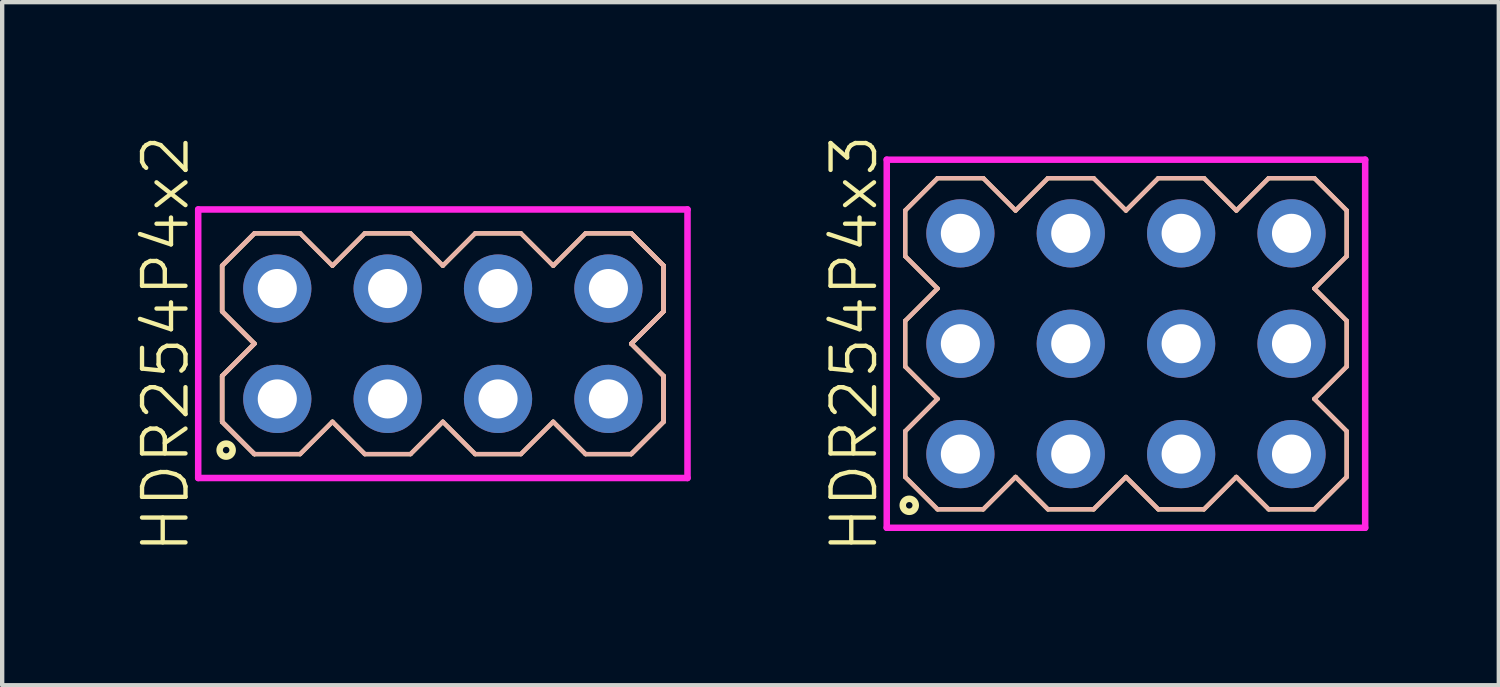
<source format=kicad_pcb>
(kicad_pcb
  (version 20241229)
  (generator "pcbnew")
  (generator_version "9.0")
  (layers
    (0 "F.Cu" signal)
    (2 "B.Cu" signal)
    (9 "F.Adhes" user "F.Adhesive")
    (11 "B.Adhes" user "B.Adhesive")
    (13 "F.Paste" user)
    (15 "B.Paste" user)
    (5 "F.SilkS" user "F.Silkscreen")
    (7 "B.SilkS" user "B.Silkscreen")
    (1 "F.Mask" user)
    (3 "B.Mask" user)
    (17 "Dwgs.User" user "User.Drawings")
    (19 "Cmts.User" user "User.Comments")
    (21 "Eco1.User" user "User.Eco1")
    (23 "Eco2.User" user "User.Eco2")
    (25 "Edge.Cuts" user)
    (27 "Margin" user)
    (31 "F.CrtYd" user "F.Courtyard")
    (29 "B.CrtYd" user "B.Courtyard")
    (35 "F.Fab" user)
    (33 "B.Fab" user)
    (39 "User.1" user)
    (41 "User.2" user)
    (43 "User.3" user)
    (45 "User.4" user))
  (footprint "HDR254P4x3"
    (layer "F.Cu")
    (at 22.861 4.86)
    (property "Reference" "HDR254P4x3" (at -6.255 0 90) (layer "F.SilkS") (effects (font (size 1 1) (thickness 0.1))))
    (attr through_hole)
    (fp_line (start -5.08 -3.066) (end -4.336 -3.81) (stroke (width 0.1) (type solid)) (layer "F.SilkS"))
    (fp_line (start -5.08 -2.014) (end -5.08 -3.066) (stroke (width 0.1) (type solid)) (layer "F.SilkS"))
    (fp_line (start -5.08 -0.526) (end -4.336 -1.27) (stroke (width 0.1) (type solid)) (layer "F.SilkS"))
    (fp_line (start -5.08 0.526) (end -5.08 -0.526) (stroke (width 0.1) (type solid)) (layer "F.SilkS"))
    (fp_line (start -5.08 2.014) (end -4.336 1.27) (stroke (width 0.1) (type solid)) (layer "F.SilkS"))
    (fp_line (start -5.08 3.066) (end -5.08 2.014) (stroke (width 0.1) (type solid)) (layer "F.SilkS"))
    (fp_line (start -4.336 -3.81) (end -3.284 -3.81) (stroke (width 0.1) (type solid)) (layer "F.SilkS"))
    (fp_line (start -4.336 -1.27) (end -5.08 -2.014) (stroke (width 0.1) (type solid)) (layer "F.SilkS"))
    (fp_line (start -4.336 1.27) (end -5.08 0.526) (stroke (width 0.1) (type solid)) (layer "F.SilkS"))
    (fp_line (start -4.336 3.81) (end -5.08 3.066) (stroke (width 0.1) (type solid)) (layer "F.SilkS"))
    (fp_line (start -3.284 -3.81) (end -2.54 -3.066) (stroke (width 0.1) (type solid)) (layer "F.SilkS"))
    (fp_line (start -3.284 3.81) (end -4.336 3.81) (stroke (width 0.1) (type solid)) (layer "F.SilkS"))
    (fp_line (start -2.54 -3.066) (end -1.796 -3.81) (stroke (width 0.1) (type solid)) (layer "F.SilkS"))
    (fp_line (start -2.54 3.066) (end -3.284 3.81) (stroke (width 0.1) (type solid)) (layer "F.SilkS"))
    (fp_line (start -1.796 -3.81) (end -0.744 -3.81) (stroke (width 0.1) (type solid)) (layer "F.SilkS"))
    (fp_line (start -1.796 3.81) (end -2.54 3.066) (stroke (width 0.1) (type solid)) (layer "F.SilkS"))
    (fp_line (start -0.744 -3.81) (end 0 -3.066) (stroke (width 0.1) (type solid)) (layer "F.SilkS"))
    (fp_line (start -0.744 3.81) (end -1.796 3.81) (stroke (width 0.1) (type solid)) (layer "F.SilkS"))
    (fp_line (start 0 -3.066) (end 0.744 -3.81) (stroke (width 0.1) (type solid)) (layer "F.SilkS"))
    (fp_line (start 0 3.066) (end -0.744 3.81) (stroke (width 0.1) (type solid)) (layer "F.SilkS"))
    (fp_line (start 0.744 -3.81) (end 1.796 -3.81) (stroke (width 0.1) (type solid)) (layer "F.SilkS"))
    (fp_line (start 0.744 3.81) (end 0 3.066) (stroke (width 0.1) (type solid)) (layer "F.SilkS"))
    (fp_line (start 1.796 -3.81) (end 2.54 -3.066) (stroke (width 0.1) (type solid)) (layer "F.SilkS"))
    (fp_line (start 1.796 3.81) (end 0.744 3.81) (stroke (width 0.1) (type solid)) (layer "F.SilkS"))
    (fp_line (start 2.54 -3.066) (end 3.284 -3.81) (stroke (width 0.1) (type solid)) (layer "F.SilkS"))
    (fp_line (start 2.54 3.066) (end 1.796 3.81) (stroke (width 0.1) (type solid)) (layer "F.SilkS"))
    (fp_line (start 3.284 -3.81) (end 4.336 -3.81) (stroke (width 0.1) (type solid)) (layer "F.SilkS"))
    (fp_line (start 3.284 3.81) (end 2.54 3.066) (stroke (width 0.1) (type solid)) (layer "F.SilkS"))
    (fp_line (start 4.336 -3.81) (end 5.08 -3.066) (stroke (width 0.1) (type solid)) (layer "F.SilkS"))
    (fp_line (start 4.336 -1.27) (end 5.08 -0.526) (stroke (width 0.1) (type solid)) (layer "F.SilkS"))
    (fp_line (start 4.336 1.27) (end 5.08 2.014) (stroke (width 0.1) (type solid)) (layer "F.SilkS"))
    (fp_line (start 4.336 3.81) (end 3.284 3.81) (stroke (width 0.1) (type solid)) (layer "F.SilkS"))
    (fp_line (start 5.08 -3.066) (end 5.08 -2.014) (stroke (width 0.1) (type solid)) (layer "F.SilkS"))
    (fp_line (start 5.08 -2.014) (end 4.336 -1.27) (stroke (width 0.1) (type solid)) (layer "F.SilkS"))
    (fp_line (start 5.08 -0.526) (end 5.08 0.526) (stroke (width 0.1) (type solid)) (layer "F.SilkS"))
    (fp_line (start 5.08 0.526) (end 4.336 1.27) (stroke (width 0.1) (type solid)) (layer "F.SilkS"))
    (fp_line (start 5.08 2.014) (end 5.08 3.066) (stroke (width 0.1) (type solid)) (layer "F.SilkS"))
    (fp_line (start 5.08 3.066) (end 4.336 3.81) (stroke (width 0.1) (type solid)) (layer "F.SilkS"))
    (fp_circle (center -4.987 3.718) (end -4.837 3.718) (stroke (width 0.15) (type solid)) (fill no) (layer "F.SilkS"))
    (fp_line (start -5.08 -3.066) (end -4.336 -3.81) (stroke (width 0.1) (type solid)) (layer "B.SilkS"))
    (fp_line (start -5.08 -2.014) (end -5.08 -3.066) (stroke (width 0.1) (type solid)) (layer "B.SilkS"))
    (fp_line (start -5.08 -0.526) (end -4.336 -1.27) (stroke (width 0.1) (type solid)) (layer "B.SilkS"))
    (fp_line (start -5.08 0.526) (end -5.08 -0.526) (stroke (width 0.1) (type solid)) (layer "B.SilkS"))
    (fp_line (start -5.08 2.014) (end -4.336 1.27) (stroke (width 0.1) (type solid)) (layer "B.SilkS"))
    (fp_line (start -5.08 3.066) (end -5.08 2.014) (stroke (width 0.1) (type solid)) (layer "B.SilkS"))
    (fp_line (start -4.336 -3.81) (end -3.284 -3.81) (stroke (width 0.1) (type solid)) (layer "B.SilkS"))
    (fp_line (start -4.336 -1.27) (end -5.08 -2.014) (stroke (width 0.1) (type solid)) (layer "B.SilkS"))
    (fp_line (start -4.336 1.27) (end -5.08 0.526) (stroke (width 0.1) (type solid)) (layer "B.SilkS"))
    (fp_line (start -4.336 3.81) (end -5.08 3.066) (stroke (width 0.1) (type solid)) (layer "B.SilkS"))
    (fp_line (start -3.284 -3.81) (end -2.54 -3.066) (stroke (width 0.1) (type solid)) (layer "B.SilkS"))
    (fp_line (start -3.284 3.81) (end -4.336 3.81) (stroke (width 0.1) (type solid)) (layer "B.SilkS"))
    (fp_line (start -2.54 -3.066) (end -1.796 -3.81) (stroke (width 0.1) (type solid)) (layer "B.SilkS"))
    (fp_line (start -2.54 3.066) (end -3.284 3.81) (stroke (width 0.1) (type solid)) (layer "B.SilkS"))
    (fp_line (start -1.796 -3.81) (end -0.744 -3.81) (stroke (width 0.1) (type solid)) (layer "B.SilkS"))
    (fp_line (start -1.796 3.81) (end -2.54 3.066) (stroke (width 0.1) (type solid)) (layer "B.SilkS"))
    (fp_line (start -0.744 -3.81) (end 0 -3.066) (stroke (width 0.1) (type solid)) (layer "B.SilkS"))
    (fp_line (start -0.744 3.81) (end -1.796 3.81) (stroke (width 0.1) (type solid)) (layer "B.SilkS"))
    (fp_line (start 0 -3.066) (end 0.744 -3.81) (stroke (width 0.1) (type solid)) (layer "B.SilkS"))
    (fp_line (start 0 3.066) (end -0.744 3.81) (stroke (width 0.1) (type solid)) (layer "B.SilkS"))
    (fp_line (start 0.744 -3.81) (end 1.796 -3.81) (stroke (width 0.1) (type solid)) (layer "B.SilkS"))
    (fp_line (start 0.744 3.81) (end 0 3.066) (stroke (width 0.1) (type solid)) (layer "B.SilkS"))
    (fp_line (start 1.796 -3.81) (end 2.54 -3.066) (stroke (width 0.1) (type solid)) (layer "B.SilkS"))
    (fp_line (start 1.796 3.81) (end 0.744 3.81) (stroke (width 0.1) (type solid)) (layer "B.SilkS"))
    (fp_line (start 2.54 -3.066) (end 3.284 -3.81) (stroke (width 0.1) (type solid)) (layer "B.SilkS"))
    (fp_line (start 2.54 3.066) (end 1.796 3.81) (stroke (width 0.1) (type solid)) (layer "B.SilkS"))
    (fp_line (start 3.284 -3.81) (end 4.336 -3.81) (stroke (width 0.1) (type solid)) (layer "B.SilkS"))
    (fp_line (start 3.284 3.81) (end 2.54 3.066) (stroke (width 0.1) (type solid)) (layer "B.SilkS"))
    (fp_line (start 4.336 -3.81) (end 5.08 -3.066) (stroke (width 0.1) (type solid)) (layer "B.SilkS"))
    (fp_line (start 4.336 -1.27) (end 5.08 -0.526) (stroke (width 0.1) (type solid)) (layer "B.SilkS"))
    (fp_line (start 4.336 1.27) (end 5.08 2.014) (stroke (width 0.1) (type solid)) (layer "B.SilkS"))
    (fp_line (start 4.336 3.81) (end 3.284 3.81) (stroke (width 0.1) (type solid)) (layer "B.SilkS"))
    (fp_line (start 5.08 -3.066) (end 5.08 -2.014) (stroke (width 0.1) (type solid)) (layer "B.SilkS"))
    (fp_line (start 5.08 -2.014) (end 4.336 -1.27) (stroke (width 0.1) (type solid)) (layer "B.SilkS"))
    (fp_line (start 5.08 -0.526) (end 5.08 0.526) (stroke (width 0.1) (type solid)) (layer "B.SilkS"))
    (fp_line (start 5.08 0.526) (end 4.336 1.27) (stroke (width 0.1) (type solid)) (layer "B.SilkS"))
    (fp_line (start 5.08 2.014) (end 5.08 3.066) (stroke (width 0.1) (type solid)) (layer "B.SilkS"))
    (fp_line (start 5.08 3.066) (end 4.336 3.81) (stroke (width 0.1) (type solid)) (layer "B.SilkS"))
    (fp_line (start -5.505 -4.235) (end -5.505 4.235) (stroke (width 0.15) (type solid)) (layer "F.CrtYd"))
    (fp_line (start -5.505 4.235) (end 5.505 4.235) (stroke (width 0.15) (type solid)) (layer "F.CrtYd"))
    (fp_line (start 5.505 -4.235) (end -5.505 -4.235) (stroke (width 0.15) (type solid)) (layer "F.CrtYd"))
    (fp_line (start 5.505 4.235) (end 5.505 -4.235) (stroke (width 0.15) (type solid)) (layer "F.CrtYd"))
    (pad "1" thru_hole oval (at -3.81 2.54) (size 1.57 1.57) (drill 0.9) (layers "*.Cu" "*.Mask"))
    (pad "2" thru_hole oval (at -3.81 0) (size 1.57 1.57) (drill 0.9) (layers "*.Cu" "*.Mask"))
    (pad "3" thru_hole oval (at -3.81 -2.54) (size 1.57 1.57) (drill 0.9) (layers "*.Cu" "*.Mask"))
    (pad "4" thru_hole oval (at -1.27 2.54) (size 1.57 1.57) (drill 0.9) (layers "*.Cu" "*.Mask"))
    (pad "5" thru_hole oval (at -1.27 0) (size 1.57 1.57) (drill 0.9) (layers "*.Cu" "*.Mask"))
    (pad "6" thru_hole oval (at -1.27 -2.54) (size 1.57 1.57) (drill 0.9) (layers "*.Cu" "*.Mask"))
    (pad "7" thru_hole oval (at 1.27 2.54) (size 1.57 1.57) (drill 0.9) (layers "*.Cu" "*.Mask"))
    (pad "8" thru_hole oval (at 1.27 0) (size 1.57 1.57) (drill 0.9) (layers "*.Cu" "*.Mask"))
    (pad "9" thru_hole oval (at 1.27 -2.54) (size 1.57 1.57) (drill 0.9) (layers "*.Cu" "*.Mask"))
    (pad "10" thru_hole oval (at 3.81 2.54) (size 1.57 1.57) (drill 0.9) (layers "*.Cu" "*.Mask"))
    (pad "11" thru_hole oval (at 3.81 0) (size 1.57 1.57) (drill 0.9) (layers "*.Cu" "*.Mask"))
    (pad "12" thru_hole oval (at 3.81 -2.54) (size 1.57 1.57) (drill 0.9) (layers "*.Cu" "*.Mask")))
  (footprint "HDR254P4x2"
    (layer "F.Cu")
    (at 7.141 4.86)
    (property "Reference" "HDR254P4x2" (at -6.38 0 90) (layer "F.SilkS") (effects (font (size 1 1) (thickness 0.1))))
    (attr through_hole)
    (fp_line (start -5.08 -1.796) (end -4.336 -2.54) (stroke (width 0.1) (type solid)) (layer "F.SilkS"))
    (fp_line (start -5.08 -1.796) (end -4.336 -2.54) (stroke (width 0.1) (type solid)) (layer "F.SilkS"))
    (fp_line (start -5.08 -0.744) (end -5.08 -1.796) (stroke (width 0.1) (type solid)) (layer "F.SilkS"))
    (fp_line (start -5.08 -0.744) (end -5.08 -1.796) (stroke (width 0.1) (type solid)) (layer "F.SilkS"))
    (fp_line (start -5.08 0.744) (end -4.336 0) (stroke (width 0.1) (type solid)) (layer "F.SilkS"))
    (fp_line (start -5.08 0.744) (end -4.336 0) (stroke (width 0.1) (type solid)) (layer "F.SilkS"))
    (fp_line (start -5.08 1.796) (end -5.08 0.744) (stroke (width 0.1) (type solid)) (layer "F.SilkS"))
    (fp_line (start -5.08 1.796) (end -5.08 0.744) (stroke (width 0.1) (type solid)) (layer "F.SilkS"))
    (fp_line (start -4.336 -2.54) (end -3.284 -2.54) (stroke (width 0.1) (type solid)) (layer "F.SilkS"))
    (fp_line (start -4.336 0) (end -5.08 -0.744) (stroke (width 0.1) (type solid)) (layer "F.SilkS"))
    (fp_line (start -4.336 0) (end -5.08 -0.744) (stroke (width 0.1) (type solid)) (layer "F.SilkS"))
    (fp_line (start -4.336 2.54) (end -5.08 1.796) (stroke (width 0.1) (type solid)) (layer "F.SilkS"))
    (fp_line (start -4.336 2.54) (end -5.08 1.796) (stroke (width 0.1) (type solid)) (layer "F.SilkS"))
    (fp_line (start -3.284 -2.54) (end -2.54 -1.796) (stroke (width 0.1) (type solid)) (layer "F.SilkS"))
    (fp_line (start -3.284 2.54) (end -4.336 2.54) (stroke (width 0.1) (type solid)) (layer "F.SilkS"))
    (fp_line (start -2.54 -1.796) (end -1.796 -2.54) (stroke (width 0.1) (type solid)) (layer "F.SilkS"))
    (fp_line (start -2.54 1.796) (end -3.284 2.54) (stroke (width 0.1) (type solid)) (layer "F.SilkS"))
    (fp_line (start -1.796 -2.54) (end -0.744 -2.54) (stroke (width 0.1) (type solid)) (layer "F.SilkS"))
    (fp_line (start -1.796 2.54) (end -2.54 1.796) (stroke (width 0.1) (type solid)) (layer "F.SilkS"))
    (fp_line (start -0.744 -2.54) (end 0 -1.796) (stroke (width 0.1) (type solid)) (layer "F.SilkS"))
    (fp_line (start -0.744 2.54) (end -1.796 2.54) (stroke (width 0.1) (type solid)) (layer "F.SilkS"))
    (fp_line (start 0 -1.796) (end 0.744 -2.54) (stroke (width 0.1) (type solid)) (layer "F.SilkS"))
    (fp_line (start 0 1.796) (end -0.744 2.54) (stroke (width 0.1) (type solid)) (layer "F.SilkS"))
    (fp_line (start 0.744 -2.54) (end 1.796 -2.54) (stroke (width 0.1) (type solid)) (layer "F.SilkS"))
    (fp_line (start 0.744 2.54) (end 0 1.796) (stroke (width 0.1) (type solid)) (layer "F.SilkS"))
    (fp_line (start 1.796 -2.54) (end 2.54 -1.796) (stroke (width 0.1) (type solid)) (layer "F.SilkS"))
    (fp_line (start 1.796 2.54) (end 0.744 2.54) (stroke (width 0.1) (type solid)) (layer "F.SilkS"))
    (fp_line (start 2.54 -1.796) (end 3.284 -2.54) (stroke (width 0.1) (type solid)) (layer "F.SilkS"))
    (fp_line (start 2.54 1.796) (end 1.796 2.54) (stroke (width 0.1) (type solid)) (layer "F.SilkS"))
    (fp_line (start 3.284 -2.54) (end 4.336 -2.54) (stroke (width 0.1) (type solid)) (layer "F.SilkS"))
    (fp_line (start 3.284 2.54) (end 2.54 1.796) (stroke (width 0.1) (type solid)) (layer "F.SilkS"))
    (fp_line (start 4.336 -2.54) (end 5.08 -1.796) (stroke (width 0.1) (type solid)) (layer "F.SilkS"))
    (fp_line (start 4.336 -2.54) (end 5.08 -1.796) (stroke (width 0.1) (type solid)) (layer "F.SilkS"))
    (fp_line (start 4.336 0) (end 5.08 0.744) (stroke (width 0.1) (type solid)) (layer "F.SilkS"))
    (fp_line (start 4.336 0) (end 5.08 0.744) (stroke (width 0.1) (type solid)) (layer "F.SilkS"))
    (fp_line (start 4.336 2.54) (end 3.284 2.54) (stroke (width 0.1) (type solid)) (layer "F.SilkS"))
    (fp_line (start 5.08 -1.796) (end 5.08 -0.744) (stroke (width 0.1) (type solid)) (layer "F.SilkS"))
    (fp_line (start 5.08 -1.796) (end 5.08 -0.744) (stroke (width 0.1) (type solid)) (layer "F.SilkS"))
    (fp_line (start 5.08 -0.744) (end 4.336 0) (stroke (width 0.1) (type solid)) (layer "F.SilkS"))
    (fp_line (start 5.08 -0.744) (end 4.336 0) (stroke (width 0.1) (type solid)) (layer "F.SilkS"))
    (fp_line (start 5.08 0.744) (end 5.08 1.796) (stroke (width 0.1) (type solid)) (layer "F.SilkS"))
    (fp_line (start 5.08 0.744) (end 5.08 1.796) (stroke (width 0.1) (type solid)) (layer "F.SilkS"))
    (fp_line (start 5.08 1.796) (end 4.336 2.54) (stroke (width 0.1) (type solid)) (layer "F.SilkS"))
    (fp_line (start 5.08 1.796) (end 4.336 2.54) (stroke (width 0.1) (type solid)) (layer "F.SilkS"))
    (fp_circle (center -4.987 2.448) (end -4.837 2.448) (stroke (width 0.15) (type solid)) (fill no) (layer "F.SilkS"))
    (fp_line (start -5.08 -1.796) (end -4.336 -2.54) (stroke (width 0.1) (type solid)) (layer "B.SilkS"))
    (fp_line (start -5.08 -1.796) (end -4.336 -2.54) (stroke (width 0.1) (type solid)) (layer "B.SilkS"))
    (fp_line (start -5.08 -0.744) (end -5.08 -1.796) (stroke (width 0.1) (type solid)) (layer "B.SilkS"))
    (fp_line (start -5.08 -0.744) (end -5.08 -1.796) (stroke (width 0.1) (type solid)) (layer "B.SilkS"))
    (fp_line (start -5.08 0.744) (end -4.336 0) (stroke (width 0.1) (type solid)) (layer "B.SilkS"))
    (fp_line (start -5.08 0.744) (end -4.336 0) (stroke (width 0.1) (type solid)) (layer "B.SilkS"))
    (fp_line (start -5.08 1.796) (end -5.08 0.744) (stroke (width 0.1) (type solid)) (layer "B.SilkS"))
    (fp_line (start -5.08 1.796) (end -5.08 0.744) (stroke (width 0.1) (type solid)) (layer "B.SilkS"))
    (fp_line (start -4.336 -2.54) (end -3.284 -2.54) (stroke (width 0.1) (type solid)) (layer "B.SilkS"))
    (fp_line (start -4.336 0) (end -5.08 -0.744) (stroke (width 0.1) (type solid)) (layer "B.SilkS"))
    (fp_line (start -4.336 0) (end -5.08 -0.744) (stroke (width 0.1) (type solid)) (layer "B.SilkS"))
    (fp_line (start -4.336 2.54) (end -5.08 1.796) (stroke (width 0.1) (type solid)) (layer "B.SilkS"))
    (fp_line (start -4.336 2.54) (end -5.08 1.796) (stroke (width 0.1) (type solid)) (layer "B.SilkS"))
    (fp_line (start -3.284 -2.54) (end -2.54 -1.796) (stroke (width 0.1) (type solid)) (layer "B.SilkS"))
    (fp_line (start -3.284 2.54) (end -4.336 2.54) (stroke (width 0.1) (type solid)) (layer "B.SilkS"))
    (fp_line (start -2.54 -1.796) (end -1.796 -2.54) (stroke (width 0.1) (type solid)) (layer "B.SilkS"))
    (fp_line (start -2.54 1.796) (end -3.284 2.54) (stroke (width 0.1) (type solid)) (layer "B.SilkS"))
    (fp_line (start -1.796 -2.54) (end -0.744 -2.54) (stroke (width 0.1) (type solid)) (layer "B.SilkS"))
    (fp_line (start -1.796 2.54) (end -2.54 1.796) (stroke (width 0.1) (type solid)) (layer "B.SilkS"))
    (fp_line (start -0.744 -2.54) (end 0 -1.796) (stroke (width 0.1) (type solid)) (layer "B.SilkS"))
    (fp_line (start -0.744 2.54) (end -1.796 2.54) (stroke (width 0.1) (type solid)) (layer "B.SilkS"))
    (fp_line (start 0 -1.796) (end 0.744 -2.54) (stroke (width 0.1) (type solid)) (layer "B.SilkS"))
    (fp_line (start 0 1.796) (end -0.744 2.54) (stroke (width 0.1) (type solid)) (layer "B.SilkS"))
    (fp_line (start 0.744 -2.54) (end 1.796 -2.54) (stroke (width 0.1) (type solid)) (layer "B.SilkS"))
    (fp_line (start 0.744 2.54) (end 0 1.796) (stroke (width 0.1) (type solid)) (layer "B.SilkS"))
    (fp_line (start 1.796 -2.54) (end 2.54 -1.796) (stroke (width 0.1) (type solid)) (layer "B.SilkS"))
    (fp_line (start 1.796 2.54) (end 0.744 2.54) (stroke (width 0.1) (type solid)) (layer "B.SilkS"))
    (fp_line (start 2.54 -1.796) (end 3.284 -2.54) (stroke (width 0.1) (type solid)) (layer "B.SilkS"))
    (fp_line (start 2.54 1.796) (end 1.796 2.54) (stroke (width 0.1) (type solid)) (layer "B.SilkS"))
    (fp_line (start 3.284 -2.54) (end 4.336 -2.54) (stroke (width 0.1) (type solid)) (layer "B.SilkS"))
    (fp_line (start 3.284 2.54) (end 2.54 1.796) (stroke (width 0.1) (type solid)) (layer "B.SilkS"))
    (fp_line (start 4.336 -2.54) (end 5.08 -1.796) (stroke (width 0.1) (type solid)) (layer "B.SilkS"))
    (fp_line (start 4.336 -2.54) (end 5.08 -1.796) (stroke (width 0.1) (type solid)) (layer "B.SilkS"))
    (fp_line (start 4.336 0) (end 5.08 0.744) (stroke (width 0.1) (type solid)) (layer "B.SilkS"))
    (fp_line (start 4.336 0) (end 5.08 0.744) (stroke (width 0.1) (type solid)) (layer "B.SilkS"))
    (fp_line (start 4.336 2.54) (end 3.284 2.54) (stroke (width 0.1) (type solid)) (layer "B.SilkS"))
    (fp_line (start 5.08 -1.796) (end 5.08 -0.744) (stroke (width 0.1) (type solid)) (layer "B.SilkS"))
    (fp_line (start 5.08 -1.796) (end 5.08 -0.744) (stroke (width 0.1) (type solid)) (layer "B.SilkS"))
    (fp_line (start 5.08 -0.744) (end 4.336 0) (stroke (width 0.1) (type solid)) (layer "B.SilkS"))
    (fp_line (start 5.08 -0.744) (end 4.336 0) (stroke (width 0.1) (type solid)) (layer "B.SilkS"))
    (fp_line (start 5.08 0.744) (end 5.08 1.796) (stroke (width 0.1) (type solid)) (layer "B.SilkS"))
    (fp_line (start 5.08 0.744) (end 5.08 1.796) (stroke (width 0.1) (type solid)) (layer "B.SilkS"))
    (fp_line (start 5.08 1.796) (end 4.336 2.54) (stroke (width 0.1) (type solid)) (layer "B.SilkS"))
    (fp_line (start 5.08 1.796) (end 4.336 2.54) (stroke (width 0.1) (type solid)) (layer "B.SilkS"))
    (fp_line (start -5.63 -3.09) (end -5.63 3.09) (stroke (width 0.15) (type solid)) (layer "F.CrtYd"))
    (fp_line (start -5.63 3.09) (end 5.63 3.09) (stroke (width 0.15) (type solid)) (layer "F.CrtYd"))
    (fp_line (start 5.63 -3.09) (end -5.63 -3.09) (stroke (width 0.15) (type solid)) (layer "F.CrtYd"))
    (fp_line (start 5.63 3.09) (end 5.63 -3.09) (stroke (width 0.15) (type solid)) (layer "F.CrtYd"))
    (pad "1" thru_hole oval (at -3.81 1.27) (size 1.57 1.57) (drill 0.9) (layers "*.Cu"))
    (pad "2" thru_hole oval (at -3.81 -1.27) (size 1.57 1.57) (drill 0.9) (layers "*.Cu"))
    (pad "3" thru_hole oval (at -1.27 1.27) (size 1.57 1.57) (drill 0.9) (layers "*.Cu"))
    (pad "4" thru_hole oval (at -1.27 -1.27) (size 1.57 1.57) (drill 0.9) (layers "*.Cu"))
    (pad "5" thru_hole oval (at 1.27 1.27) (size 1.57 1.57) (drill 0.9) (layers "*.Cu"))
    (pad "6" thru_hole oval (at 1.27 -1.27) (size 1.57 1.57) (drill 0.9) (layers "*.Cu"))
    (pad "7" thru_hole oval (at 3.81 1.27) (size 1.57 1.57) (drill 0.9) (layers "*.Cu"))
    (pad "8" thru_hole oval (at 3.81 -1.27) (size 1.57 1.57) (drill 0.9) (layers "*.Cu")))
  (gr_rect
    (start -3 -3)
    (end 31.441 12.719)
    (stroke (width 0.1) (type default))
    (fill no)
    (layer "Edge.Cuts")))
</source>
